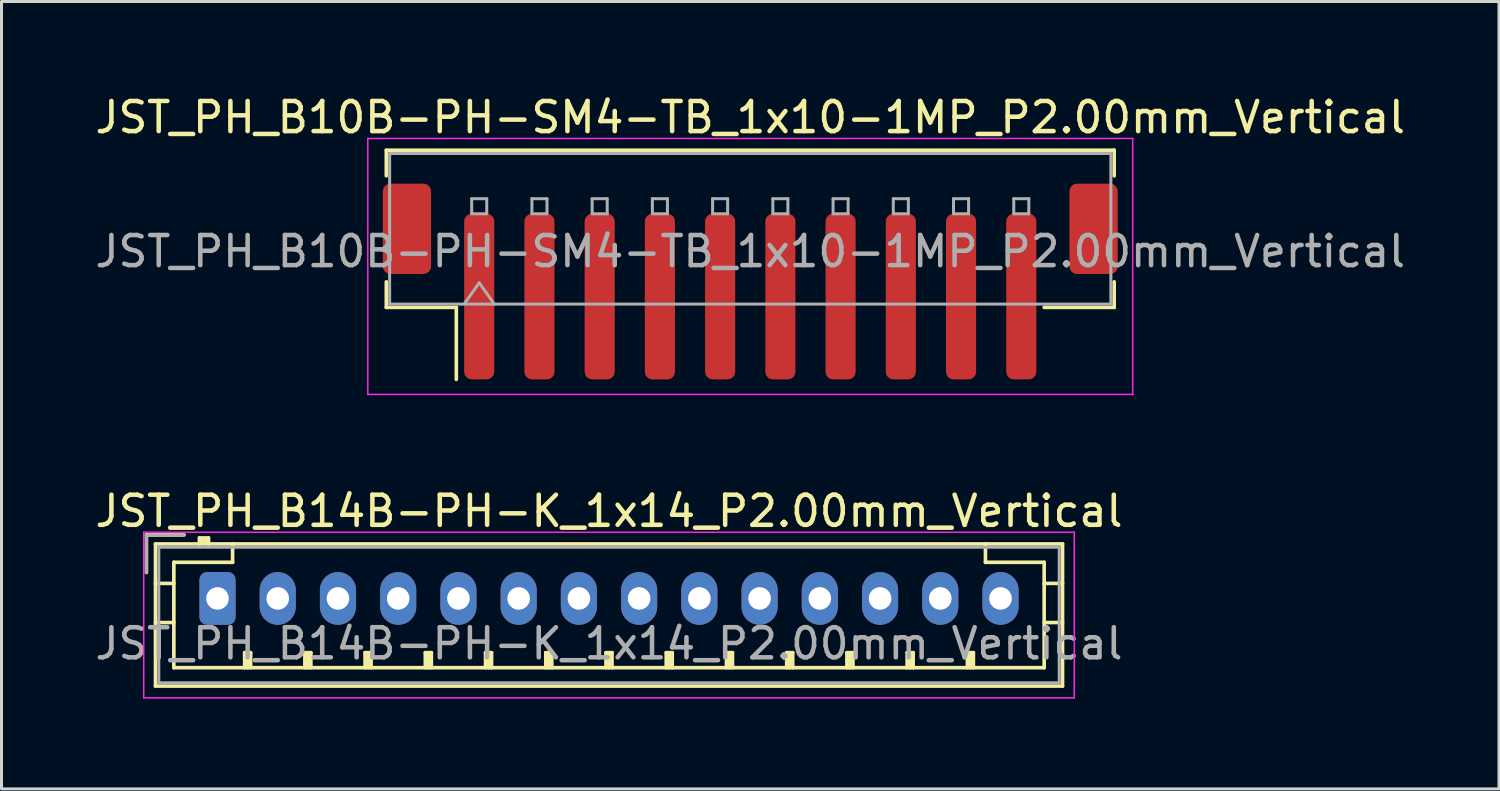
<source format=kicad_pcb>
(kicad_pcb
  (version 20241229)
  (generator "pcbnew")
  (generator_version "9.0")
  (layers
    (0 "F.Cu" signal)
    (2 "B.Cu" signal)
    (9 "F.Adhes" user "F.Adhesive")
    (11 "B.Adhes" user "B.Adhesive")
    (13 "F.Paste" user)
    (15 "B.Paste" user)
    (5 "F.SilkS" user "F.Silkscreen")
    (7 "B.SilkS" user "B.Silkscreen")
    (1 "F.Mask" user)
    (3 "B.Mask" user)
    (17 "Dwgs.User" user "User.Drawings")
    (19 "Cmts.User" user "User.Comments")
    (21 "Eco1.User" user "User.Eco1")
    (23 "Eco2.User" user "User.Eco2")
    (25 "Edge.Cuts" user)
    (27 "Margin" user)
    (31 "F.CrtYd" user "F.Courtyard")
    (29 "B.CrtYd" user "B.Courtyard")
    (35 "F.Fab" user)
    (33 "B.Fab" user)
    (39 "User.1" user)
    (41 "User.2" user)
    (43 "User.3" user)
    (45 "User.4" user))
  (footprint "JST_PH_B10B-PH-SM4-TB_1x10-1MP_P2.00mm_Vertical"
    (layer "F.Cu")
    (at 21.863 6.298)
    (property "Reference" "JST_PH_B10B-PH-SM4-TB_1x10-1MP_P2.00mm_Vertical" (at 0 -5.45 0) (layer "F.SilkS") (effects (font (size 1 1) (thickness 0.15))))
    (attr smd)
    (fp_line (start -12.085 -4.36) (end 12.085 -4.36) (stroke (width 0.12) (type solid)) (layer "F.SilkS"))
    (fp_line (start -12.085 -3.51) (end -12.085 -4.36) (stroke (width 0.12) (type solid)) (layer "F.SilkS"))
    (fp_line (start -12.085 0.01) (end -12.085 0.86) (stroke (width 0.12) (type solid)) (layer "F.SilkS"))
    (fp_line (start -12.085 0.86) (end -9.76 0.86) (stroke (width 0.12) (type solid)) (layer "F.SilkS"))
    (fp_line (start -9.76 0.86) (end -9.76 3.25) (stroke (width 0.12) (type solid)) (layer "F.SilkS"))
    (fp_line (start 12.085 -4.36) (end 12.085 -3.51) (stroke (width 0.12) (type solid)) (layer "F.SilkS"))
    (fp_line (start 12.085 0.01) (end 12.085 0.86) (stroke (width 0.12) (type solid)) (layer "F.SilkS"))
    (fp_line (start 12.085 0.86) (end 9.76 0.86) (stroke (width 0.12) (type solid)) (layer "F.SilkS"))
    (fp_line (start -12.7 -4.75) (end -12.7 3.75) (stroke (width 0.05) (type solid)) (layer "F.CrtYd"))
    (fp_line (start -12.7 3.75) (end 12.7 3.75) (stroke (width 0.05) (type solid)) (layer "F.CrtYd"))
    (fp_line (start 12.7 -4.75) (end -12.7 -4.75) (stroke (width 0.05) (type solid)) (layer "F.CrtYd"))
    (fp_line (start 12.7 3.75) (end 12.7 -4.75) (stroke (width 0.05) (type solid)) (layer "F.CrtYd"))
    (fp_line (start -11.975 -4.25) (end 11.975 -4.25) (stroke (width 0.1) (type solid)) (layer "F.Fab"))
    (fp_line (start -11.975 0.75) (end -11.975 -4.25) (stroke (width 0.1) (type solid)) (layer "F.Fab"))
    (fp_line (start -11.975 0.75) (end 11.975 0.75) (stroke (width 0.1) (type solid)) (layer "F.Fab"))
    (fp_line (start -9.5 0.75) (end -9 0.043) (stroke (width 0.1) (type solid)) (layer "F.Fab"))
    (fp_line (start -9.25 -2.75) (end -9.25 -2.25) (stroke (width 0.1) (type solid)) (layer "F.Fab"))
    (fp_line (start -9.25 -2.25) (end -8.75 -2.25) (stroke (width 0.1) (type solid)) (layer "F.Fab"))
    (fp_line (start -9 0.043) (end -8.5 0.75) (stroke (width 0.1) (type solid)) (layer "F.Fab"))
    (fp_line (start -8.75 -2.75) (end -9.25 -2.75) (stroke (width 0.1) (type solid)) (layer "F.Fab"))
    (fp_line (start -8.75 -2.25) (end -8.75 -2.75) (stroke (width 0.1) (type solid)) (layer "F.Fab"))
    (fp_line (start -7.25 -2.75) (end -7.25 -2.25) (stroke (width 0.1) (type solid)) (layer "F.Fab"))
    (fp_line (start -7.25 -2.25) (end -6.75 -2.25) (stroke (width 0.1) (type solid)) (layer "F.Fab"))
    (fp_line (start -6.75 -2.75) (end -7.25 -2.75) (stroke (width 0.1) (type solid)) (layer "F.Fab"))
    (fp_line (start -6.75 -2.25) (end -6.75 -2.75) (stroke (width 0.1) (type solid)) (layer "F.Fab"))
    (fp_line (start -5.25 -2.75) (end -5.25 -2.25) (stroke (width 0.1) (type solid)) (layer "F.Fab"))
    (fp_line (start -5.25 -2.25) (end -4.75 -2.25) (stroke (width 0.1) (type solid)) (layer "F.Fab"))
    (fp_line (start -4.75 -2.75) (end -5.25 -2.75) (stroke (width 0.1) (type solid)) (layer "F.Fab"))
    (fp_line (start -4.75 -2.25) (end -4.75 -2.75) (stroke (width 0.1) (type solid)) (layer "F.Fab"))
    (fp_line (start -3.25 -2.75) (end -3.25 -2.25) (stroke (width 0.1) (type solid)) (layer "F.Fab"))
    (fp_line (start -3.25 -2.25) (end -2.75 -2.25) (stroke (width 0.1) (type solid)) (layer "F.Fab"))
    (fp_line (start -2.75 -2.75) (end -3.25 -2.75) (stroke (width 0.1) (type solid)) (layer "F.Fab"))
    (fp_line (start -2.75 -2.25) (end -2.75 -2.75) (stroke (width 0.1) (type solid)) (layer "F.Fab"))
    (fp_line (start -1.25 -2.75) (end -1.25 -2.25) (stroke (width 0.1) (type solid)) (layer "F.Fab"))
    (fp_line (start -1.25 -2.25) (end -0.75 -2.25) (stroke (width 0.1) (type solid)) (layer "F.Fab"))
    (fp_line (start -0.75 -2.75) (end -1.25 -2.75) (stroke (width 0.1) (type solid)) (layer "F.Fab"))
    (fp_line (start -0.75 -2.25) (end -0.75 -2.75) (stroke (width 0.1) (type solid)) (layer "F.Fab"))
    (fp_line (start 0.75 -2.75) (end 0.75 -2.25) (stroke (width 0.1) (type solid)) (layer "F.Fab"))
    (fp_line (start 0.75 -2.25) (end 1.25 -2.25) (stroke (width 0.1) (type solid)) (layer "F.Fab"))
    (fp_line (start 1.25 -2.75) (end 0.75 -2.75) (stroke (width 0.1) (type solid)) (layer "F.Fab"))
    (fp_line (start 1.25 -2.25) (end 1.25 -2.75) (stroke (width 0.1) (type solid)) (layer "F.Fab"))
    (fp_line (start 2.75 -2.75) (end 2.75 -2.25) (stroke (width 0.1) (type solid)) (layer "F.Fab"))
    (fp_line (start 2.75 -2.25) (end 3.25 -2.25) (stroke (width 0.1) (type solid)) (layer "F.Fab"))
    (fp_line (start 3.25 -2.75) (end 2.75 -2.75) (stroke (width 0.1) (type solid)) (layer "F.Fab"))
    (fp_line (start 3.25 -2.25) (end 3.25 -2.75) (stroke (width 0.1) (type solid)) (layer "F.Fab"))
    (fp_line (start 4.75 -2.75) (end 4.75 -2.25) (stroke (width 0.1) (type solid)) (layer "F.Fab"))
    (fp_line (start 4.75 -2.25) (end 5.25 -2.25) (stroke (width 0.1) (type solid)) (layer "F.Fab"))
    (fp_line (start 5.25 -2.75) (end 4.75 -2.75) (stroke (width 0.1) (type solid)) (layer "F.Fab"))
    (fp_line (start 5.25 -2.25) (end 5.25 -2.75) (stroke (width 0.1) (type solid)) (layer "F.Fab"))
    (fp_line (start 6.75 -2.75) (end 6.75 -2.25) (stroke (width 0.1) (type solid)) (layer "F.Fab"))
    (fp_line (start 6.75 -2.25) (end 7.25 -2.25) (stroke (width 0.1) (type solid)) (layer "F.Fab"))
    (fp_line (start 7.25 -2.75) (end 6.75 -2.75) (stroke (width 0.1) (type solid)) (layer "F.Fab"))
    (fp_line (start 7.25 -2.25) (end 7.25 -2.75) (stroke (width 0.1) (type solid)) (layer "F.Fab"))
    (fp_line (start 8.75 -2.75) (end 8.75 -2.25) (stroke (width 0.1) (type solid)) (layer "F.Fab"))
    (fp_line (start 8.75 -2.25) (end 9.25 -2.25) (stroke (width 0.1) (type solid)) (layer "F.Fab"))
    (fp_line (start 9.25 -2.75) (end 8.75 -2.75) (stroke (width 0.1) (type solid)) (layer "F.Fab"))
    (fp_line (start 9.25 -2.25) (end 9.25 -2.75) (stroke (width 0.1) (type solid)) (layer "F.Fab"))
    (fp_line (start 11.975 0.75) (end 11.975 -4.25) (stroke (width 0.1) (type solid)) (layer "F.Fab"))
    (fp_text user "${REFERENCE}" (at 0 -1 0) (layer "F.Fab") (effects (font (size 1 1) (thickness 0.15))))
    (pad "1" smd roundrect (at -9 0.5) (size 1 5.5) (layers "F.Cu" "F.Mask" "F.Paste") (roundrect_rratio 0.25))
    (pad "2" smd roundrect (at -7 0.5) (size 1 5.5) (layers "F.Cu" "F.Mask" "F.Paste") (roundrect_rratio 0.25))
    (pad "3" smd roundrect (at -5 0.5) (size 1 5.5) (layers "F.Cu" "F.Mask" "F.Paste") (roundrect_rratio 0.25))
    (pad "4" smd roundrect (at -3 0.5) (size 1 5.5) (layers "F.Cu" "F.Mask" "F.Paste") (roundrect_rratio 0.25))
    (pad "5" smd roundrect (at -1 0.5) (size 1 5.5) (layers "F.Cu" "F.Mask" "F.Paste") (roundrect_rratio 0.25))
    (pad "6" smd roundrect (at 1 0.5) (size 1 5.5) (layers "F.Cu" "F.Mask" "F.Paste") (roundrect_rratio 0.25))
    (pad "7" smd roundrect (at 3 0.5) (size 1 5.5) (layers "F.Cu" "F.Mask" "F.Paste") (roundrect_rratio 0.25))
    (pad "8" smd roundrect (at 5 0.5) (size 1 5.5) (layers "F.Cu" "F.Mask" "F.Paste") (roundrect_rratio 0.25))
    (pad "9" smd roundrect (at 7 0.5) (size 1 5.5) (layers "F.Cu" "F.Mask" "F.Paste") (roundrect_rratio 0.25))
    (pad "10" smd roundrect (at 9 0.5) (size 1 5.5) (layers "F.Cu" "F.Mask" "F.Paste") (roundrect_rratio 0.25))
    (pad "MP" smd roundrect (at -11.4 -1.75) (size 1.6 3) (layers "F.Cu" "F.Mask" "F.Paste") (roundrect_rratio 0.156))
    (pad "MP" smd roundrect (at 11.4 -1.75) (size 1.6 3) (layers "F.Cu" "F.Mask" "F.Paste") (roundrect_rratio 0.156)))
  (footprint "JST_PH_B14B-PH-K_1x14_P2.00mm_Vertical"
    (layer "F.Cu")
    (at 4.173 16.822)
    (property "Reference" "JST_PH_B14B-PH-K_1x14_P2.00mm_Vertical" (at 13 -2.9 0) (layer "F.SilkS") (effects (font (size 1 1) (thickness 0.15))))
    (attr through_hole)
    (fp_line (start -2.36 -2.11) (end -2.36 -0.86) (stroke (width 0.12) (type solid)) (layer "F.SilkS"))
    (fp_line (start -2.06 -1.81) (end -2.06 2.91) (stroke (width 0.12) (type solid)) (layer "F.SilkS"))
    (fp_line (start -2.06 -0.5) (end -1.45 -0.5) (stroke (width 0.12) (type solid)) (layer "F.SilkS"))
    (fp_line (start -2.06 0.8) (end -1.45 0.8) (stroke (width 0.12) (type solid)) (layer "F.SilkS"))
    (fp_line (start -2.06 2.91) (end 28.06 2.91) (stroke (width 0.12) (type solid)) (layer "F.SilkS"))
    (fp_line (start -1.45 -1.2) (end -1.45 2.3) (stroke (width 0.12) (type solid)) (layer "F.SilkS"))
    (fp_line (start -1.45 2.3) (end 27.45 2.3) (stroke (width 0.12) (type solid)) (layer "F.SilkS"))
    (fp_line (start -1.11 -2.11) (end -2.36 -2.11) (stroke (width 0.12) (type solid)) (layer "F.SilkS"))
    (fp_line (start -0.6 -2.01) (end -0.6 -1.81) (stroke (width 0.12) (type solid)) (layer "F.SilkS"))
    (fp_line (start -0.3 -2.01) (end -0.6 -2.01) (stroke (width 0.12) (type solid)) (layer "F.SilkS"))
    (fp_line (start -0.3 -1.91) (end -0.6 -1.91) (stroke (width 0.12) (type solid)) (layer "F.SilkS"))
    (fp_line (start -0.3 -1.81) (end -0.3 -2.01) (stroke (width 0.12) (type solid)) (layer "F.SilkS"))
    (fp_line (start 0.5 -1.81) (end 0.5 -1.2) (stroke (width 0.12) (type solid)) (layer "F.SilkS"))
    (fp_line (start 0.5 -1.2) (end -1.45 -1.2) (stroke (width 0.12) (type solid)) (layer "F.SilkS"))
    (fp_line (start 0.9 1.8) (end 1.1 1.8) (stroke (width 0.12) (type solid)) (layer "F.SilkS"))
    (fp_line (start 0.9 2.3) (end 0.9 1.8) (stroke (width 0.12) (type solid)) (layer "F.SilkS"))
    (fp_line (start 1 2.3) (end 1 1.8) (stroke (width 0.12) (type solid)) (layer "F.SilkS"))
    (fp_line (start 1.1 1.8) (end 1.1 2.3) (stroke (width 0.12) (type solid)) (layer "F.SilkS"))
    (fp_line (start 2.9 1.8) (end 3.1 1.8) (stroke (width 0.12) (type solid)) (layer "F.SilkS"))
    (fp_line (start 2.9 2.3) (end 2.9 1.8) (stroke (width 0.12) (type solid)) (layer "F.SilkS"))
    (fp_line (start 3 2.3) (end 3 1.8) (stroke (width 0.12) (type solid)) (layer "F.SilkS"))
    (fp_line (start 3.1 1.8) (end 3.1 2.3) (stroke (width 0.12) (type solid)) (layer "F.SilkS"))
    (fp_line (start 4.9 1.8) (end 5.1 1.8) (stroke (width 0.12) (type solid)) (layer "F.SilkS"))
    (fp_line (start 4.9 2.3) (end 4.9 1.8) (stroke (width 0.12) (type solid)) (layer "F.SilkS"))
    (fp_line (start 5 2.3) (end 5 1.8) (stroke (width 0.12) (type solid)) (layer "F.SilkS"))
    (fp_line (start 5.1 1.8) (end 5.1 2.3) (stroke (width 0.12) (type solid)) (layer "F.SilkS"))
    (fp_line (start 6.9 1.8) (end 7.1 1.8) (stroke (width 0.12) (type solid)) (layer "F.SilkS"))
    (fp_line (start 6.9 2.3) (end 6.9 1.8) (stroke (width 0.12) (type solid)) (layer "F.SilkS"))
    (fp_line (start 7 2.3) (end 7 1.8) (stroke (width 0.12) (type solid)) (layer "F.SilkS"))
    (fp_line (start 7.1 1.8) (end 7.1 2.3) (stroke (width 0.12) (type solid)) (layer "F.SilkS"))
    (fp_line (start 8.9 1.8) (end 9.1 1.8) (stroke (width 0.12) (type solid)) (layer "F.SilkS"))
    (fp_line (start 8.9 2.3) (end 8.9 1.8) (stroke (width 0.12) (type solid)) (layer "F.SilkS"))
    (fp_line (start 9 2.3) (end 9 1.8) (stroke (width 0.12) (type solid)) (layer "F.SilkS"))
    (fp_line (start 9.1 1.8) (end 9.1 2.3) (stroke (width 0.12) (type solid)) (layer "F.SilkS"))
    (fp_line (start 10.9 1.8) (end 11.1 1.8) (stroke (width 0.12) (type solid)) (layer "F.SilkS"))
    (fp_line (start 10.9 2.3) (end 10.9 1.8) (stroke (width 0.12) (type solid)) (layer "F.SilkS"))
    (fp_line (start 11 2.3) (end 11 1.8) (stroke (width 0.12) (type solid)) (layer "F.SilkS"))
    (fp_line (start 11.1 1.8) (end 11.1 2.3) (stroke (width 0.12) (type solid)) (layer "F.SilkS"))
    (fp_line (start 12.9 1.8) (end 13.1 1.8) (stroke (width 0.12) (type solid)) (layer "F.SilkS"))
    (fp_line (start 12.9 2.3) (end 12.9 1.8) (stroke (width 0.12) (type solid)) (layer "F.SilkS"))
    (fp_line (start 13 2.3) (end 13 1.8) (stroke (width 0.12) (type solid)) (layer "F.SilkS"))
    (fp_line (start 13.1 1.8) (end 13.1 2.3) (stroke (width 0.12) (type solid)) (layer "F.SilkS"))
    (fp_line (start 14.9 1.8) (end 15.1 1.8) (stroke (width 0.12) (type solid)) (layer "F.SilkS"))
    (fp_line (start 14.9 2.3) (end 14.9 1.8) (stroke (width 0.12) (type solid)) (layer "F.SilkS"))
    (fp_line (start 15 2.3) (end 15 1.8) (stroke (width 0.12) (type solid)) (layer "F.SilkS"))
    (fp_line (start 15.1 1.8) (end 15.1 2.3) (stroke (width 0.12) (type solid)) (layer "F.SilkS"))
    (fp_line (start 16.9 1.8) (end 17.1 1.8) (stroke (width 0.12) (type solid)) (layer "F.SilkS"))
    (fp_line (start 16.9 2.3) (end 16.9 1.8) (stroke (width 0.12) (type solid)) (layer "F.SilkS"))
    (fp_line (start 17 2.3) (end 17 1.8) (stroke (width 0.12) (type solid)) (layer "F.SilkS"))
    (fp_line (start 17.1 1.8) (end 17.1 2.3) (stroke (width 0.12) (type solid)) (layer "F.SilkS"))
    (fp_line (start 18.9 1.8) (end 19.1 1.8) (stroke (width 0.12) (type solid)) (layer "F.SilkS"))
    (fp_line (start 18.9 2.3) (end 18.9 1.8) (stroke (width 0.12) (type solid)) (layer "F.SilkS"))
    (fp_line (start 19 2.3) (end 19 1.8) (stroke (width 0.12) (type solid)) (layer "F.SilkS"))
    (fp_line (start 19.1 1.8) (end 19.1 2.3) (stroke (width 0.12) (type solid)) (layer "F.SilkS"))
    (fp_line (start 20.9 1.8) (end 21.1 1.8) (stroke (width 0.12) (type solid)) (layer "F.SilkS"))
    (fp_line (start 20.9 2.3) (end 20.9 1.8) (stroke (width 0.12) (type solid)) (layer "F.SilkS"))
    (fp_line (start 21 2.3) (end 21 1.8) (stroke (width 0.12) (type solid)) (layer "F.SilkS"))
    (fp_line (start 21.1 1.8) (end 21.1 2.3) (stroke (width 0.12) (type solid)) (layer "F.SilkS"))
    (fp_line (start 22.9 1.8) (end 23.1 1.8) (stroke (width 0.12) (type solid)) (layer "F.SilkS"))
    (fp_line (start 22.9 2.3) (end 22.9 1.8) (stroke (width 0.12) (type solid)) (layer "F.SilkS"))
    (fp_line (start 23 2.3) (end 23 1.8) (stroke (width 0.12) (type solid)) (layer "F.SilkS"))
    (fp_line (start 23.1 1.8) (end 23.1 2.3) (stroke (width 0.12) (type solid)) (layer "F.SilkS"))
    (fp_line (start 24.9 1.8) (end 25.1 1.8) (stroke (width 0.12) (type solid)) (layer "F.SilkS"))
    (fp_line (start 24.9 2.3) (end 24.9 1.8) (stroke (width 0.12) (type solid)) (layer "F.SilkS"))
    (fp_line (start 25 2.3) (end 25 1.8) (stroke (width 0.12) (type solid)) (layer "F.SilkS"))
    (fp_line (start 25.1 1.8) (end 25.1 2.3) (stroke (width 0.12) (type solid)) (layer "F.SilkS"))
    (fp_line (start 25.5 -1.2) (end 25.5 -1.81) (stroke (width 0.12) (type solid)) (layer "F.SilkS"))
    (fp_line (start 27.45 -1.2) (end 25.5 -1.2) (stroke (width 0.12) (type solid)) (layer "F.SilkS"))
    (fp_line (start 27.45 2.3) (end 27.45 -1.2) (stroke (width 0.12) (type solid)) (layer "F.SilkS"))
    (fp_line (start 28.06 -1.81) (end -2.06 -1.81) (stroke (width 0.12) (type solid)) (layer "F.SilkS"))
    (fp_line (start 28.06 -0.5) (end 27.45 -0.5) (stroke (width 0.12) (type solid)) (layer "F.SilkS"))
    (fp_line (start 28.06 0.8) (end 27.45 0.8) (stroke (width 0.12) (type solid)) (layer "F.SilkS"))
    (fp_line (start 28.06 2.91) (end 28.06 -1.81) (stroke (width 0.12) (type solid)) (layer "F.SilkS"))
    (fp_line (start -2.45 -2.2) (end -2.45 3.3) (stroke (width 0.05) (type solid)) (layer "F.CrtYd"))
    (fp_line (start -2.45 3.3) (end 28.45 3.3) (stroke (width 0.05) (type solid)) (layer "F.CrtYd"))
    (fp_line (start 28.45 -2.2) (end -2.45 -2.2) (stroke (width 0.05) (type solid)) (layer "F.CrtYd"))
    (fp_line (start 28.45 3.3) (end 28.45 -2.2) (stroke (width 0.05) (type solid)) (layer "F.CrtYd"))
    (fp_line (start -2.36 -2.11) (end -2.36 -0.86) (stroke (width 0.1) (type solid)) (layer "F.Fab"))
    (fp_line (start -1.95 -1.7) (end -1.95 2.8) (stroke (width 0.1) (type solid)) (layer "F.Fab"))
    (fp_line (start -1.95 2.8) (end 27.95 2.8) (stroke (width 0.1) (type solid)) (layer "F.Fab"))
    (fp_line (start -1.11 -2.11) (end -2.36 -2.11) (stroke (width 0.1) (type solid)) (layer "F.Fab"))
    (fp_line (start 27.95 -1.7) (end -1.95 -1.7) (stroke (width 0.1) (type solid)) (layer "F.Fab"))
    (fp_line (start 27.95 2.8) (end 27.95 -1.7) (stroke (width 0.1) (type solid)) (layer "F.Fab"))
    (fp_text user "${REFERENCE}" (at 13 1.5 0) (layer "F.Fab") (effects (font (size 1 1) (thickness 0.15))))
    (pad "1" thru_hole roundrect (at 0 0) (size 1.2 1.75) (drill 0.75) (layers "*.Cu" "*.Mask") (roundrect_rratio 0.208))
    (pad "2" thru_hole oval (at 2 0) (size 1.2 1.75) (drill 0.75) (layers "*.Cu" "*.Mask"))
    (pad "3" thru_hole oval (at 4 0) (size 1.2 1.75) (drill 0.75) (layers "*.Cu" "*.Mask"))
    (pad "4" thru_hole oval (at 6 0) (size 1.2 1.75) (drill 0.75) (layers "*.Cu" "*.Mask"))
    (pad "5" thru_hole oval (at 8 0) (size 1.2 1.75) (drill 0.75) (layers "*.Cu" "*.Mask"))
    (pad "6" thru_hole oval (at 10 0) (size 1.2 1.75) (drill 0.75) (layers "*.Cu" "*.Mask"))
    (pad "7" thru_hole oval (at 12 0) (size 1.2 1.75) (drill 0.75) (layers "*.Cu" "*.Mask"))
    (pad "8" thru_hole oval (at 14 0) (size 1.2 1.75) (drill 0.75) (layers "*.Cu" "*.Mask"))
    (pad "9" thru_hole oval (at 16 0) (size 1.2 1.75) (drill 0.75) (layers "*.Cu" "*.Mask"))
    (pad "10" thru_hole oval (at 18 0) (size 1.2 1.75) (drill 0.75) (layers "*.Cu" "*.Mask"))
    (pad "11" thru_hole oval (at 20 0) (size 1.2 1.75) (drill 0.75) (layers "*.Cu" "*.Mask"))
    (pad "12" thru_hole oval (at 22 0) (size 1.2 1.75) (drill 0.75) (layers "*.Cu" "*.Mask"))
    (pad "13" thru_hole oval (at 24 0) (size 1.2 1.75) (drill 0.75) (layers "*.Cu" "*.Mask"))
    (pad "14" thru_hole oval (at 26 0) (size 1.2 1.75) (drill 0.75) (layers "*.Cu" "*.Mask")))
  (gr_rect
    (start -3 -3)
    (end 46.726 23.146)
    (stroke (width 0.1) (type default))
    (fill no)
    (layer "Edge.Cuts")))
</source>
